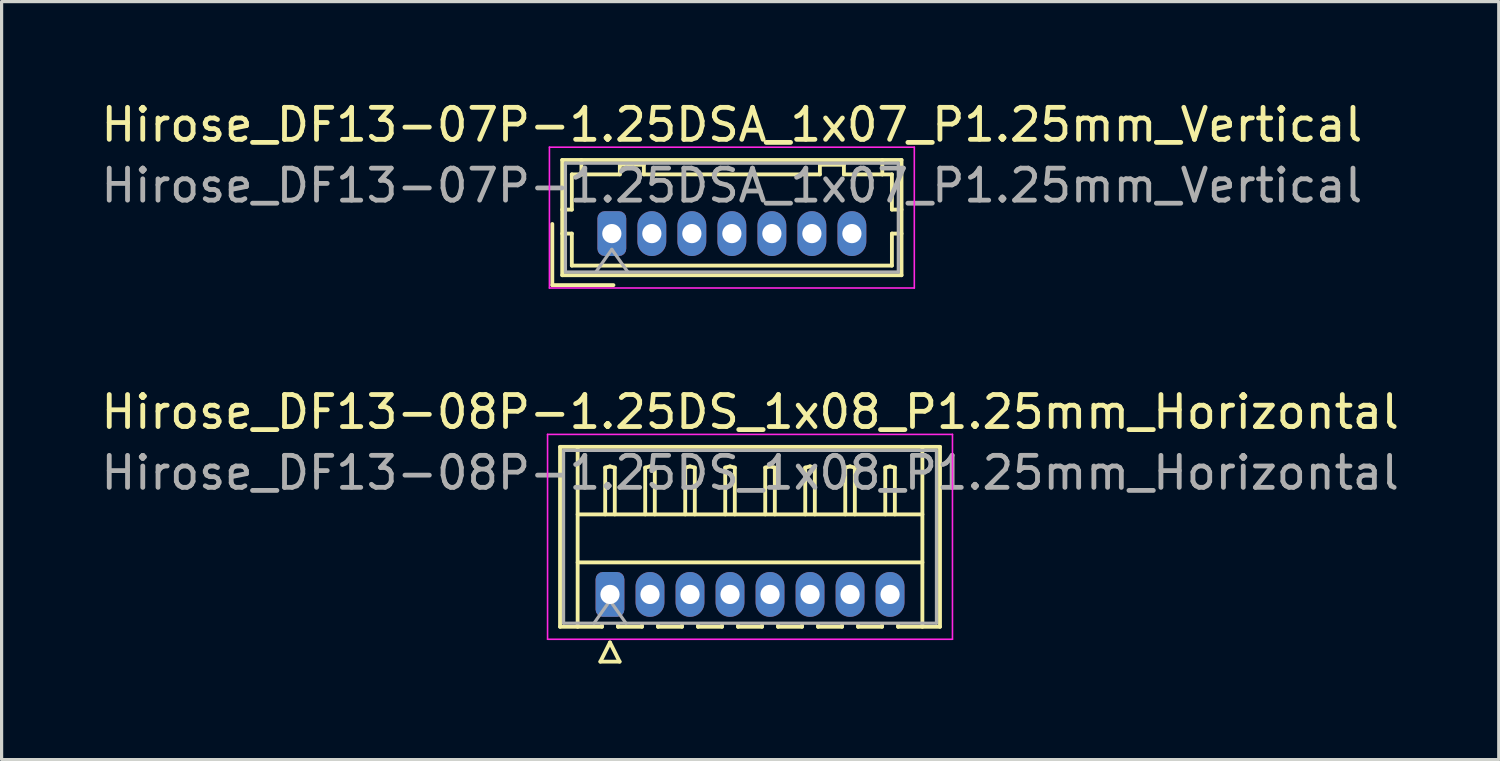
<source format=kicad_pcb>
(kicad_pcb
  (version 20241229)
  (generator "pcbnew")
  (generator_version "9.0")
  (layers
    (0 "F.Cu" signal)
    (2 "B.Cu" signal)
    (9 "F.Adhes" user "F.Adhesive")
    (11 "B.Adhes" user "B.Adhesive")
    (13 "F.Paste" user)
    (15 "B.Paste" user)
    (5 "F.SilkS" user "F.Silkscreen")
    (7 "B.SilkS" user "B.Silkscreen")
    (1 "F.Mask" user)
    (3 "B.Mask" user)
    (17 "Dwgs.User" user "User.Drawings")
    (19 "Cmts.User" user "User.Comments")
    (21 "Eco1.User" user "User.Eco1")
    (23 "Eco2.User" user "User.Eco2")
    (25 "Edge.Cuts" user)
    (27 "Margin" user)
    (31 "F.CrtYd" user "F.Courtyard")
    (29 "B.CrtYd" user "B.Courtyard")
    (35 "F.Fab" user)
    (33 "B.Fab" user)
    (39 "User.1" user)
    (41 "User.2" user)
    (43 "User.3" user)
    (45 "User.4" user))
  (footprint "Hirose_DF13-08P-1.25DS_1x08_P1.25mm_Horizontal"
    (layer "F.Cu")
    (at 16.007 15.521)
    (property "Reference" "Hirose_DF13-08P-1.25DS_1x08_P1.25mm_Horizontal" (at 4.38 -5.7 0) (layer "F.SilkS") (effects (font (size 1 1) (thickness 0.15))))
    (attr through_hole)
    (fp_line (start -1.56 -4.61) (end 10.31 -4.61) (stroke (width 0.12) (type solid)) (layer "F.SilkS"))
    (fp_line (start -1.56 1.01) (end -1.56 -4.61) (stroke (width 0.12) (type solid)) (layer "F.SilkS"))
    (fp_line (start -1.01 -4.61) (end -1.01 1.01) (stroke (width 0.12) (type solid)) (layer "F.SilkS"))
    (fp_line (start -1.01 -2.5) (end 9.76 -2.5) (stroke (width 0.12) (type solid)) (layer "F.SilkS"))
    (fp_line (start -1.01 -1) (end 9.76 -1) (stroke (width 0.12) (type solid)) (layer "F.SilkS"))
    (fp_line (start -0.3 2.1) (end 0.3 2.1) (stroke (width 0.12) (type solid)) (layer "F.SilkS"))
    (fp_line (start -0.25 0.96) (end -0.25 1.01) (stroke (width 0.12) (type solid)) (layer "F.SilkS"))
    (fp_line (start -0.25 1.01) (end -1.56 1.01) (stroke (width 0.12) (type solid)) (layer "F.SilkS"))
    (fp_line (start -0.15 -3.962) (end 0 -4) (stroke (width 0.12) (type solid)) (layer "F.SilkS"))
    (fp_line (start -0.15 -2.5) (end -0.15 -3.962) (stroke (width 0.12) (type solid)) (layer "F.SilkS"))
    (fp_line (start 0 -4) (end 0.15 -3.962) (stroke (width 0.12) (type solid)) (layer "F.SilkS"))
    (fp_line (start 0 1.5) (end -0.3 2.1) (stroke (width 0.12) (type solid)) (layer "F.SilkS"))
    (fp_line (start 0.15 -3.962) (end 0.15 -2.5) (stroke (width 0.12) (type solid)) (layer "F.SilkS"))
    (fp_line (start 0.25 0.96) (end 0.25 1.01) (stroke (width 0.12) (type solid)) (layer "F.SilkS"))
    (fp_line (start 0.25 1.01) (end 1 1.01) (stroke (width 0.12) (type solid)) (layer "F.SilkS"))
    (fp_line (start 0.3 2.1) (end 0 1.5) (stroke (width 0.12) (type solid)) (layer "F.SilkS"))
    (fp_line (start 1 1.01) (end 1 0.96) (stroke (width 0.12) (type solid)) (layer "F.SilkS"))
    (fp_line (start 1.1 -3.962) (end 1.25 -4) (stroke (width 0.12) (type solid)) (layer "F.SilkS"))
    (fp_line (start 1.1 -2.5) (end 1.1 -3.962) (stroke (width 0.12) (type solid)) (layer "F.SilkS"))
    (fp_line (start 1.25 -4) (end 1.4 -3.962) (stroke (width 0.12) (type solid)) (layer "F.SilkS"))
    (fp_line (start 1.4 -3.962) (end 1.4 -2.5) (stroke (width 0.12) (type solid)) (layer "F.SilkS"))
    (fp_line (start 1.5 0.96) (end 1.5 1.01) (stroke (width 0.12) (type solid)) (layer "F.SilkS"))
    (fp_line (start 1.5 1.01) (end 2.25 1.01) (stroke (width 0.12) (type solid)) (layer "F.SilkS"))
    (fp_line (start 2.25 1.01) (end 2.25 0.96) (stroke (width 0.12) (type solid)) (layer "F.SilkS"))
    (fp_line (start 2.35 -3.962) (end 2.5 -4) (stroke (width 0.12) (type solid)) (layer "F.SilkS"))
    (fp_line (start 2.35 -2.5) (end 2.35 -3.962) (stroke (width 0.12) (type solid)) (layer "F.SilkS"))
    (fp_line (start 2.5 -4) (end 2.65 -3.962) (stroke (width 0.12) (type solid)) (layer "F.SilkS"))
    (fp_line (start 2.65 -3.962) (end 2.65 -2.5) (stroke (width 0.12) (type solid)) (layer "F.SilkS"))
    (fp_line (start 2.75 0.96) (end 2.75 1.01) (stroke (width 0.12) (type solid)) (layer "F.SilkS"))
    (fp_line (start 2.75 1.01) (end 3.5 1.01) (stroke (width 0.12) (type solid)) (layer "F.SilkS"))
    (fp_line (start 3.5 1.01) (end 3.5 0.96) (stroke (width 0.12) (type solid)) (layer "F.SilkS"))
    (fp_line (start 3.6 -3.962) (end 3.75 -4) (stroke (width 0.12) (type solid)) (layer "F.SilkS"))
    (fp_line (start 3.6 -2.5) (end 3.6 -3.962) (stroke (width 0.12) (type solid)) (layer "F.SilkS"))
    (fp_line (start 3.75 -4) (end 3.9 -3.962) (stroke (width 0.12) (type solid)) (layer "F.SilkS"))
    (fp_line (start 3.9 -3.962) (end 3.9 -2.5) (stroke (width 0.12) (type solid)) (layer "F.SilkS"))
    (fp_line (start 4 0.96) (end 4 1.01) (stroke (width 0.12) (type solid)) (layer "F.SilkS"))
    (fp_line (start 4 1.01) (end 4.75 1.01) (stroke (width 0.12) (type solid)) (layer "F.SilkS"))
    (fp_line (start 4.75 1.01) (end 4.75 0.96) (stroke (width 0.12) (type solid)) (layer "F.SilkS"))
    (fp_line (start 4.85 -3.962) (end 5 -4) (stroke (width 0.12) (type solid)) (layer "F.SilkS"))
    (fp_line (start 4.85 -2.5) (end 4.85 -3.962) (stroke (width 0.12) (type solid)) (layer "F.SilkS"))
    (fp_line (start 5 -4) (end 5.15 -3.962) (stroke (width 0.12) (type solid)) (layer "F.SilkS"))
    (fp_line (start 5.15 -3.962) (end 5.15 -2.5) (stroke (width 0.12) (type solid)) (layer "F.SilkS"))
    (fp_line (start 5.25 0.96) (end 5.25 1.01) (stroke (width 0.12) (type solid)) (layer "F.SilkS"))
    (fp_line (start 5.25 1.01) (end 6 1.01) (stroke (width 0.12) (type solid)) (layer "F.SilkS"))
    (fp_line (start 6 1.01) (end 6 0.96) (stroke (width 0.12) (type solid)) (layer "F.SilkS"))
    (fp_line (start 6.1 -3.962) (end 6.25 -4) (stroke (width 0.12) (type solid)) (layer "F.SilkS"))
    (fp_line (start 6.1 -2.5) (end 6.1 -3.962) (stroke (width 0.12) (type solid)) (layer "F.SilkS"))
    (fp_line (start 6.25 -4) (end 6.4 -3.962) (stroke (width 0.12) (type solid)) (layer "F.SilkS"))
    (fp_line (start 6.4 -3.962) (end 6.4 -2.5) (stroke (width 0.12) (type solid)) (layer "F.SilkS"))
    (fp_line (start 6.5 0.96) (end 6.5 1.01) (stroke (width 0.12) (type solid)) (layer "F.SilkS"))
    (fp_line (start 6.5 1.01) (end 7.25 1.01) (stroke (width 0.12) (type solid)) (layer "F.SilkS"))
    (fp_line (start 7.25 1.01) (end 7.25 0.96) (stroke (width 0.12) (type solid)) (layer "F.SilkS"))
    (fp_line (start 7.35 -3.962) (end 7.5 -4) (stroke (width 0.12) (type solid)) (layer "F.SilkS"))
    (fp_line (start 7.35 -2.5) (end 7.35 -3.962) (stroke (width 0.12) (type solid)) (layer "F.SilkS"))
    (fp_line (start 7.5 -4) (end 7.65 -3.962) (stroke (width 0.12) (type solid)) (layer "F.SilkS"))
    (fp_line (start 7.65 -3.962) (end 7.65 -2.5) (stroke (width 0.12) (type solid)) (layer "F.SilkS"))
    (fp_line (start 7.75 0.96) (end 7.75 1.01) (stroke (width 0.12) (type solid)) (layer "F.SilkS"))
    (fp_line (start 7.75 1.01) (end 8.5 1.01) (stroke (width 0.12) (type solid)) (layer "F.SilkS"))
    (fp_line (start 8.5 1.01) (end 8.5 0.96) (stroke (width 0.12) (type solid)) (layer "F.SilkS"))
    (fp_line (start 8.6 -3.962) (end 8.75 -4) (stroke (width 0.12) (type solid)) (layer "F.SilkS"))
    (fp_line (start 8.6 -2.5) (end 8.6 -3.962) (stroke (width 0.12) (type solid)) (layer "F.SilkS"))
    (fp_line (start 8.75 -4) (end 8.9 -3.962) (stroke (width 0.12) (type solid)) (layer "F.SilkS"))
    (fp_line (start 8.9 -3.962) (end 8.9 -2.5) (stroke (width 0.12) (type solid)) (layer "F.SilkS"))
    (fp_line (start 9 1.01) (end 9 0.96) (stroke (width 0.12) (type solid)) (layer "F.SilkS"))
    (fp_line (start 9.76 -4.61) (end 9.76 1.01) (stroke (width 0.12) (type solid)) (layer "F.SilkS"))
    (fp_line (start 10.31 -4.61) (end 10.31 1.01) (stroke (width 0.12) (type solid)) (layer "F.SilkS"))
    (fp_line (start 10.31 1.01) (end 9 1.01) (stroke (width 0.12) (type solid)) (layer "F.SilkS"))
    (fp_line (start -1.95 -5) (end -1.95 1.4) (stroke (width 0.05) (type solid)) (layer "F.CrtYd"))
    (fp_line (start -1.95 1.4) (end 10.7 1.4) (stroke (width 0.05) (type solid)) (layer "F.CrtYd"))
    (fp_line (start 10.7 -5) (end -1.95 -5) (stroke (width 0.05) (type solid)) (layer "F.CrtYd"))
    (fp_line (start 10.7 1.4) (end 10.7 -5) (stroke (width 0.05) (type solid)) (layer "F.CrtYd"))
    (fp_line (start -1.45 -4.5) (end -1.45 0.9) (stroke (width 0.1) (type solid)) (layer "F.Fab"))
    (fp_line (start -1.45 0.9) (end 10.2 0.9) (stroke (width 0.1) (type solid)) (layer "F.Fab"))
    (fp_line (start -0.5 0.9) (end 0 0.193) (stroke (width 0.1) (type solid)) (layer "F.Fab"))
    (fp_line (start 0 0.193) (end 0.5 0.9) (stroke (width 0.1) (type solid)) (layer "F.Fab"))
    (fp_line (start 10.2 -4.5) (end -1.45 -4.5) (stroke (width 0.1) (type solid)) (layer "F.Fab"))
    (fp_line (start 10.2 0.9) (end 10.2 -4.5) (stroke (width 0.1) (type solid)) (layer "F.Fab"))
    (fp_text user "${REFERENCE}" (at 4.38 -3.8 0) (layer "F.Fab") (effects (font (size 1 1) (thickness 0.15))))
    (pad "1" thru_hole roundrect (at 0 0) (size 0.9 1.4) (drill 0.6) (layers "*.Cu" "*.Mask") (roundrect_rratio 0.25))
    (pad "2" thru_hole oval (at 1.25 0) (size 0.9 1.4) (drill 0.6) (layers "*.Cu" "*.Mask"))
    (pad "3" thru_hole oval (at 2.5 0) (size 0.9 1.4) (drill 0.6) (layers "*.Cu" "*.Mask"))
    (pad "4" thru_hole oval (at 3.75 0) (size 0.9 1.4) (drill 0.6) (layers "*.Cu" "*.Mask"))
    (pad "5" thru_hole oval (at 5 0) (size 0.9 1.4) (drill 0.6) (layers "*.Cu" "*.Mask"))
    (pad "6" thru_hole oval (at 6.25 0) (size 0.9 1.4) (drill 0.6) (layers "*.Cu" "*.Mask"))
    (pad "7" thru_hole oval (at 7.5 0) (size 0.9 1.4) (drill 0.6) (layers "*.Cu" "*.Mask"))
    (pad "8" thru_hole oval (at 8.75 0) (size 0.9 1.4) (drill 0.6) (layers "*.Cu" "*.Mask")))
  (footprint "Hirose_DF13-07P-1.25DSA_1x07_P1.25mm_Vertical"
    (layer "F.Cu")
    (at 16.065 4.248)
    (property "Reference" "Hirose_DF13-07P-1.25DSA_1x07_P1.25mm_Vertical" (at 3.75 -3.4 0) (layer "F.SilkS") (effects (font (size 1 1) (thickness 0.15))))
    (attr through_hole)
    (fp_line (start -1.86 -0.3) (end -1.86 1.61) (stroke (width 0.12) (type solid)) (layer "F.SilkS"))
    (fp_line (start -1.86 1.61) (end 0.05 1.61) (stroke (width 0.12) (type solid)) (layer "F.SilkS"))
    (fp_line (start -1.55 -2.3) (end -1.55 1.3) (stroke (width 0.12) (type solid)) (layer "F.SilkS"))
    (fp_line (start -1.55 -0.75) (end -1.25 -0.75) (stroke (width 0.12) (type solid)) (layer "F.SilkS"))
    (fp_line (start -1.55 0) (end -1.25 0) (stroke (width 0.12) (type solid)) (layer "F.SilkS"))
    (fp_line (start -1.55 1.3) (end 9.05 1.3) (stroke (width 0.12) (type solid)) (layer "F.SilkS"))
    (fp_line (start -1.25 -1.85) (end -0.95 -1.85) (stroke (width 0.12) (type solid)) (layer "F.SilkS"))
    (fp_line (start -1.25 -0.75) (end -1.25 -1.85) (stroke (width 0.12) (type solid)) (layer "F.SilkS"))
    (fp_line (start -1.25 0) (end -1.25 1) (stroke (width 0.12) (type solid)) (layer "F.SilkS"))
    (fp_line (start -1.25 1) (end 8.75 1) (stroke (width 0.12) (type solid)) (layer "F.SilkS"))
    (fp_line (start -0.95 -1.85) (end -0.95 -2.3) (stroke (width 0.12) (type solid)) (layer "F.SilkS"))
    (fp_line (start -0.95 -1.85) (end 0.25 -1.85) (stroke (width 0.12) (type solid)) (layer "F.SilkS"))
    (fp_line (start 0.25 -2.15) (end 1 -2.15) (stroke (width 0.12) (type solid)) (layer "F.SilkS"))
    (fp_line (start 0.25 -1.85) (end 0.25 -2.15) (stroke (width 0.12) (type solid)) (layer "F.SilkS"))
    (fp_line (start 1 -2.15) (end 1 -1.85) (stroke (width 0.12) (type solid)) (layer "F.SilkS"))
    (fp_line (start 1 -1.85) (end 6.5 -1.85) (stroke (width 0.12) (type solid)) (layer "F.SilkS"))
    (fp_line (start 6.5 -2.15) (end 7.25 -2.15) (stroke (width 0.12) (type solid)) (layer "F.SilkS"))
    (fp_line (start 6.5 -1.85) (end 6.5 -2.15) (stroke (width 0.12) (type solid)) (layer "F.SilkS"))
    (fp_line (start 7.25 -2.15) (end 7.25 -1.85) (stroke (width 0.12) (type solid)) (layer "F.SilkS"))
    (fp_line (start 7.25 -1.85) (end 8.45 -1.85) (stroke (width 0.12) (type solid)) (layer "F.SilkS"))
    (fp_line (start 8.45 -1.85) (end 8.45 -2.3) (stroke (width 0.12) (type solid)) (layer "F.SilkS"))
    (fp_line (start 8.75 -1.85) (end 8.45 -1.85) (stroke (width 0.12) (type solid)) (layer "F.SilkS"))
    (fp_line (start 8.75 -0.75) (end 8.75 -1.85) (stroke (width 0.12) (type solid)) (layer "F.SilkS"))
    (fp_line (start 8.75 0) (end 9.05 0) (stroke (width 0.12) (type solid)) (layer "F.SilkS"))
    (fp_line (start 8.75 1) (end 8.75 0) (stroke (width 0.12) (type solid)) (layer "F.SilkS"))
    (fp_line (start 9.05 -2.3) (end -1.55 -2.3) (stroke (width 0.12) (type solid)) (layer "F.SilkS"))
    (fp_line (start 9.05 -0.75) (end 8.75 -0.75) (stroke (width 0.12) (type solid)) (layer "F.SilkS"))
    (fp_line (start 9.05 1.3) (end 9.05 -2.3) (stroke (width 0.12) (type solid)) (layer "F.SilkS"))
    (fp_line (start -1.95 -2.7) (end -1.95 1.7) (stroke (width 0.05) (type solid)) (layer "F.CrtYd"))
    (fp_line (start -1.95 1.7) (end 9.45 1.7) (stroke (width 0.05) (type solid)) (layer "F.CrtYd"))
    (fp_line (start 9.45 -2.7) (end -1.95 -2.7) (stroke (width 0.05) (type solid)) (layer "F.CrtYd"))
    (fp_line (start 9.45 1.7) (end 9.45 -2.7) (stroke (width 0.05) (type solid)) (layer "F.CrtYd"))
    (fp_line (start -1.45 -2.2) (end -1.45 1.2) (stroke (width 0.1) (type solid)) (layer "F.Fab"))
    (fp_line (start -1.45 1.2) (end 8.95 1.2) (stroke (width 0.1) (type solid)) (layer "F.Fab"))
    (fp_line (start -0.5 1.2) (end 0 0.493) (stroke (width 0.1) (type solid)) (layer "F.Fab"))
    (fp_line (start 0 0.493) (end 0.5 1.2) (stroke (width 0.1) (type solid)) (layer "F.Fab"))
    (fp_line (start 8.95 -2.2) (end -1.45 -2.2) (stroke (width 0.1) (type solid)) (layer "F.Fab"))
    (fp_line (start 8.95 1.2) (end 8.95 -2.2) (stroke (width 0.1) (type solid)) (layer "F.Fab"))
    (fp_text user "${REFERENCE}" (at 3.75 -1.5 0) (layer "F.Fab") (effects (font (size 1 1) (thickness 0.15))))
    (pad "1" thru_hole roundrect (at 0 0) (size 0.9 1.4) (drill 0.6) (layers "*.Cu" "*.Mask") (roundrect_rratio 0.25))
    (pad "2" thru_hole oval (at 1.25 0) (size 0.9 1.4) (drill 0.6) (layers "*.Cu" "*.Mask"))
    (pad "3" thru_hole oval (at 2.5 0) (size 0.9 1.4) (drill 0.6) (layers "*.Cu" "*.Mask"))
    (pad "4" thru_hole oval (at 3.75 0) (size 0.9 1.4) (drill 0.6) (layers "*.Cu" "*.Mask"))
    (pad "5" thru_hole oval (at 5 0) (size 0.9 1.4) (drill 0.6) (layers "*.Cu" "*.Mask"))
    (pad "6" thru_hole oval (at 6.25 0) (size 0.9 1.4) (drill 0.6) (layers "*.Cu" "*.Mask"))
    (pad "7" thru_hole oval (at 7.5 0) (size 0.9 1.4) (drill 0.6) (layers "*.Cu" "*.Mask")))
  (gr_rect
    (start -3 -3)
    (end 43.774 20.681)
    (stroke (width 0.1) (type default))
    (fill no)
    (layer "Edge.Cuts")))
</source>
